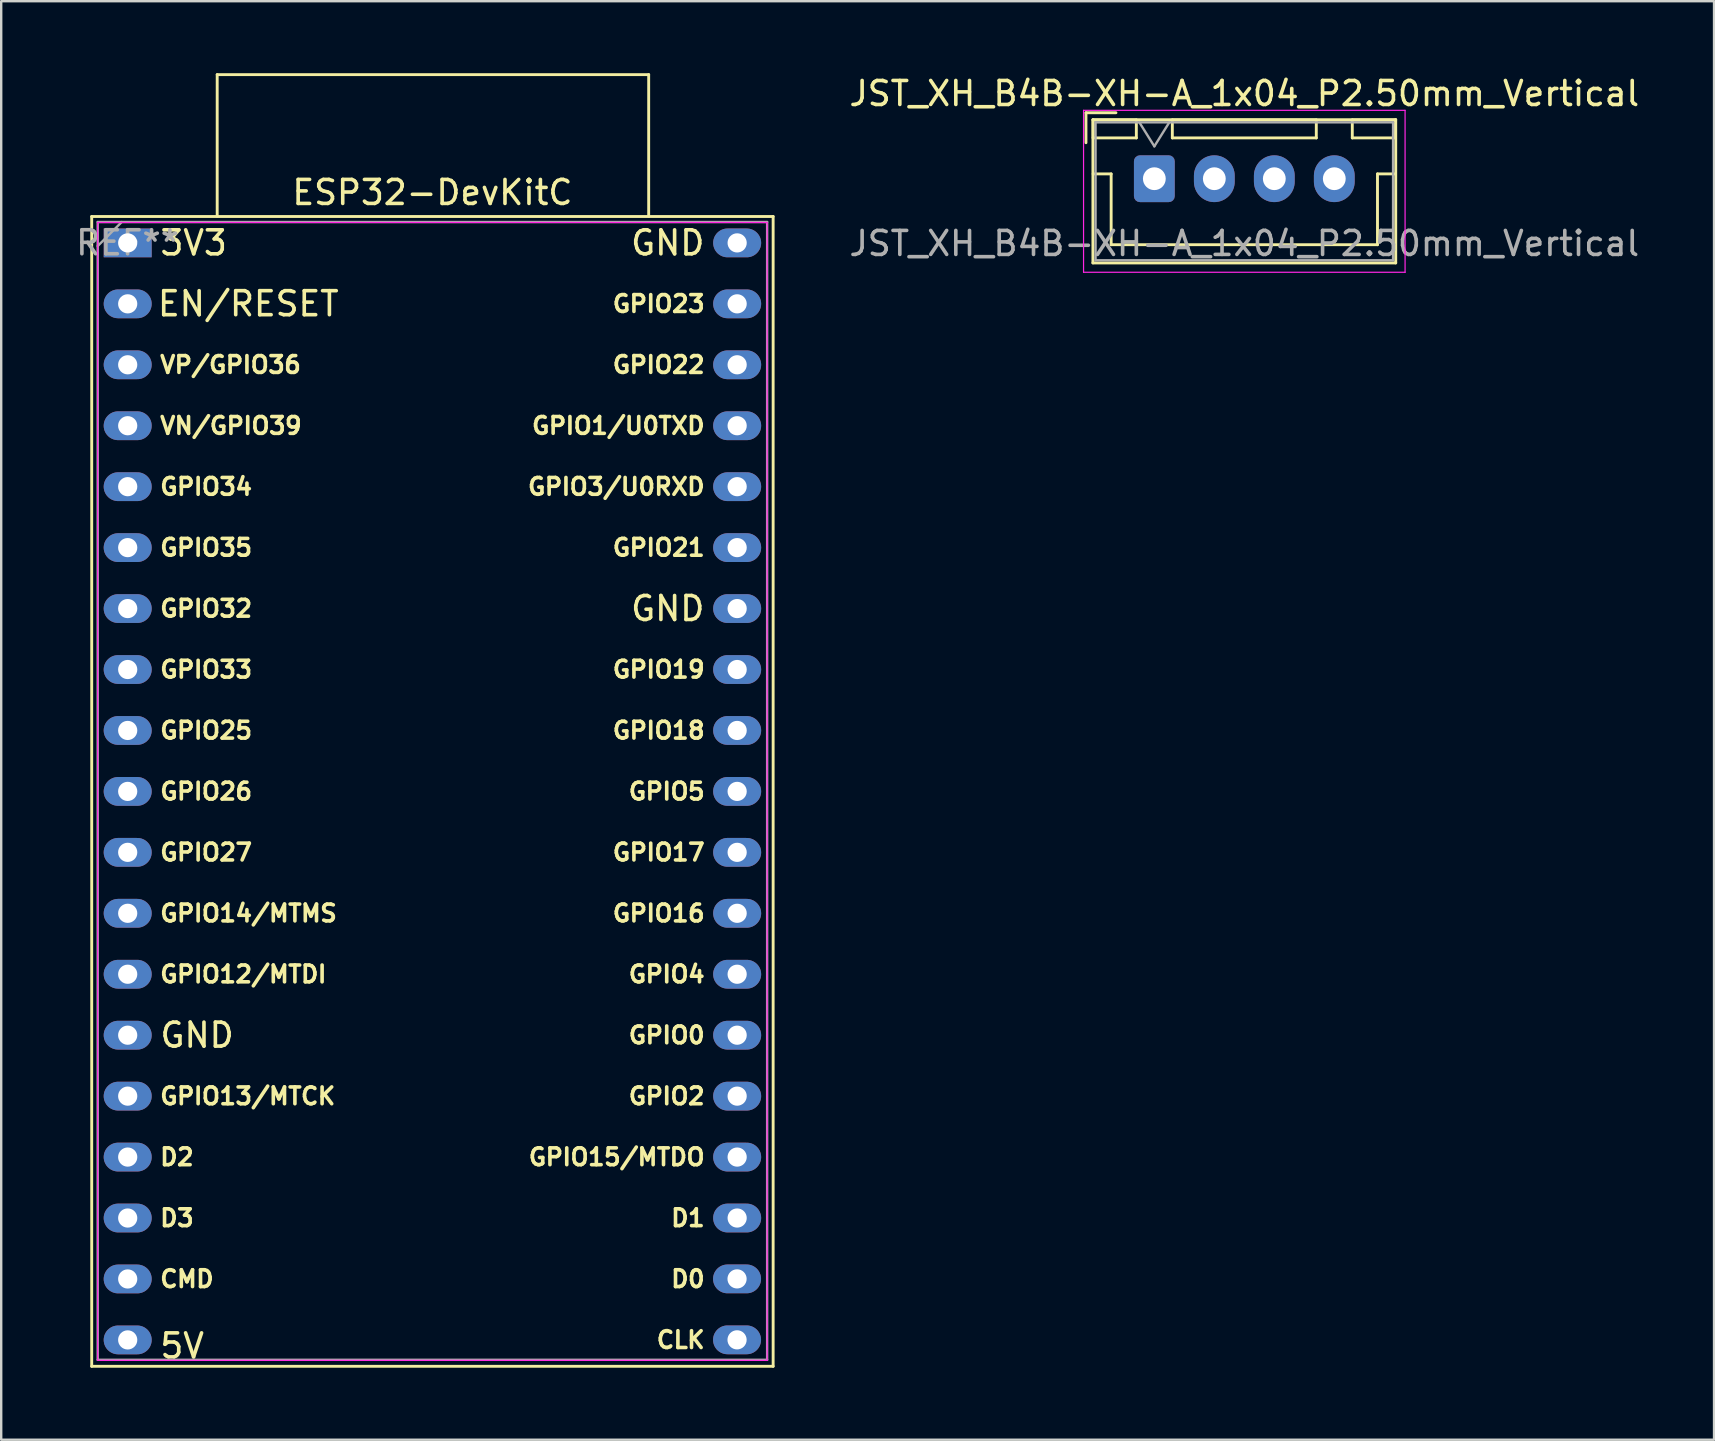
<source format=kicad_pcb>
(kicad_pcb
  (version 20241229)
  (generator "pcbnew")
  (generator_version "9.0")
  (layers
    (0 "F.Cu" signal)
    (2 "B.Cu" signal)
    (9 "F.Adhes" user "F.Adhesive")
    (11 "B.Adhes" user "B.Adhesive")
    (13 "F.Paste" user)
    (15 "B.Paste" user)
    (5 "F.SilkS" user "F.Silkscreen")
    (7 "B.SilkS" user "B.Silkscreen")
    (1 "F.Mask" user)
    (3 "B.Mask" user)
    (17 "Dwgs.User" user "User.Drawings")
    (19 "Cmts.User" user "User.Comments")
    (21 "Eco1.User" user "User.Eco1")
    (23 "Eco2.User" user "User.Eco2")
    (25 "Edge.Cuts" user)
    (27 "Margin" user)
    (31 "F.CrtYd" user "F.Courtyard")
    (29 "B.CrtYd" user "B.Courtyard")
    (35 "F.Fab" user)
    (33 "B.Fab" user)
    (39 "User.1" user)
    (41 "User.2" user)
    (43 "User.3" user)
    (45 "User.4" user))
  (footprint "ESP32-DevKitC"
    (layer "F.Cu")
    (at 2.272 7.073)
    (property "Reference" "ESP32-DevKitC" (at 12.7 -2.1 0) (layer "F.SilkS") (effects (font (size 1 1) (thickness 0.15))))
    (attr through_hole)
    (fp_line (start -1.5 46.82) (end 26.9 46.82) (stroke (width 0.12) (type solid)) (layer "F.SilkS"))
    (fp_line (start -1.5 -1.1) (end -1.5 46.82) (stroke (width 0.12) (type solid)) (layer "F.SilkS"))
    (fp_line (start 3.73 -7.013) (end 21.713 -7.013) (stroke (width 0.12) (type solid)) (layer "F.SilkS"))
    (fp_line (start 3.73 -1.12) (end 3.73 -7.013) (stroke (width 0.12) (type solid)) (layer "F.SilkS"))
    (fp_line (start 21.713 -7.013) (end 21.713 -1.12) (stroke (width 0.12) (type solid)) (layer "F.SilkS"))
    (fp_line (start 26.9 46.82) (end 26.9 -1.1) (stroke (width 0.12) (type solid)) (layer "F.SilkS"))
    (fp_line (start 26.9 -1.1) (end -1.5 -1.1) (stroke (width 0.12) (type solid)) (layer "F.SilkS"))
    (fp_line (start -1.25 -0.85) (end 26.65 -0.85) (stroke (width 0.05) (type solid)) (layer "F.CrtYd"))
    (fp_line (start -1.25 46.57) (end -1.25 -0.85) (stroke (width 0.05) (type solid)) (layer "F.CrtYd"))
    (fp_line (start 26.65 -0.85) (end 26.65 46.57) (stroke (width 0.05) (type solid)) (layer "F.CrtYd"))
    (fp_line (start 26.65 46.57) (end -1.25 46.57) (stroke (width 0.05) (type solid)) (layer "F.CrtYd"))
    (fp_line (start -1.25 -0.87) (end 26.65 -0.87) (stroke (width 0.1) (type solid)) (layer "F.Fab"))
    (fp_line (start -1.25 46.55) (end -1.25 -0.87) (stroke (width 0.1) (type solid)) (layer "F.Fab"))
    (fp_line (start -0.25 -0.87) (end -1.25 0.13) (stroke (width 0.1) (type solid)) (layer "F.Fab"))
    (fp_line (start 26.65 -0.87) (end 26.65 46.55) (stroke (width 0.1) (type solid)) (layer "F.Fab"))
    (fp_line (start 26.65 46.55) (end -1.25 46.55) (stroke (width 0.1) (type solid)) (layer "F.Fab"))
    (fp_text user "GPIO32" (at 1.27 15.24 0) (unlocked yes) (layer "F.SilkS") (effects (font (size 0.7 0.7) (thickness 0.15)) (justify left)))
    (fp_text user "GPIO21" (at 24.13 12.7 0) (unlocked yes) (layer "F.SilkS") (effects (font (size 0.7 0.7) (thickness 0.15)) (justify right)))
    (fp_text user "GPIO23" (at 24.13 2.54 0) (unlocked yes) (layer "F.SilkS") (effects (font (size 0.7 0.7) (thickness 0.15)) (justify right)))
    (fp_text user "3V3" (at 1.27 0 0) (unlocked yes) (layer "F.SilkS") (effects (font (size 1 1) (thickness 0.15)) (justify left)))
    (fp_text user "GPIO15/MTDO" (at 24.13 38.1 0) (unlocked yes) (layer "F.SilkS") (effects (font (size 0.7 0.7) (thickness 0.15)) (justify right)))
    (fp_text user "GPIO22" (at 24.13 5.08 0) (unlocked yes) (layer "F.SilkS") (effects (font (size 0.7 0.7) (thickness 0.15)) (justify right)))
    (fp_text user "5V" (at 1.266 45.971 0) (unlocked yes) (layer "F.SilkS") (effects (font (size 1 1) (thickness 0.15)) (justify left)))
    (fp_text user "GPIO14/MTMS" (at 1.27 27.94 0) (unlocked yes) (layer "F.SilkS") (effects (font (size 0.7 0.7) (thickness 0.15)) (justify left)))
    (fp_text user "GPIO25" (at 1.27 20.32 0) (unlocked yes) (layer "F.SilkS") (effects (font (size 0.7 0.7) (thickness 0.15)) (justify left)))
    (fp_text user "EN/RESET" (at 8.886 2.537 0) (unlocked yes) (layer "F.SilkS") (effects (font (size 1 1) (thickness 0.15)) (justify right)))
    (fp_text user "GND" (at 1.27 33.02 0) (unlocked yes) (layer "F.SilkS") (effects (font (size 1 1) (thickness 0.15)) (justify left)))
    (fp_text user "D3" (at 1.27 40.64 0) (unlocked yes) (layer "F.SilkS") (effects (font (size 0.7 0.7) (thickness 0.15)) (justify left)))
    (fp_text user "GPIO33" (at 1.27 17.78 0) (unlocked yes) (layer "F.SilkS") (effects (font (size 0.7 0.7) (thickness 0.15)) (justify left)))
    (fp_text user "GPIO13/MTCK" (at 1.27 35.56 0) (unlocked yes) (layer "F.SilkS") (effects (font (size 0.7 0.7) (thickness 0.15)) (justify left)))
    (fp_text user "CMD" (at 1.27 43.18 0) (unlocked yes) (layer "F.SilkS") (effects (font (size 0.7 0.7) (thickness 0.15)) (justify left)))
    (fp_text user "GPIO17" (at 24.13 25.4 0) (unlocked yes) (layer "F.SilkS") (effects (font (size 0.7 0.7) (thickness 0.15)) (justify right)))
    (fp_text user "CLK" (at 24.13 45.72 0) (unlocked yes) (layer "F.SilkS") (effects (font (size 0.7 0.7) (thickness 0.15)) (justify right)))
    (fp_text user "VP/GPIO36" (at 1.27 5.08 0) (unlocked yes) (layer "F.SilkS") (effects (font (size 0.7 0.7) (thickness 0.15)) (justify left)))
    (fp_text user "GPIO18" (at 24.13 20.32 0) (unlocked yes) (layer "F.SilkS") (effects (font (size 0.7 0.7) (thickness 0.15)) (justify right)))
    (fp_text user "GPIO16" (at 24.13 27.94 0) (unlocked yes) (layer "F.SilkS") (effects (font (size 0.7 0.7) (thickness 0.15)) (justify right)))
    (fp_text user "GPIO27" (at 1.27 25.4 0) (unlocked yes) (layer "F.SilkS") (effects (font (size 0.7 0.7) (thickness 0.15)) (justify left)))
    (fp_text user "GPIO3/U0RXD" (at 24.13 10.16 0) (unlocked yes) (layer "F.SilkS") (effects (font (size 0.7 0.7) (thickness 0.15)) (justify right)))
    (fp_text user "GND" (at 24.13 0 0) (unlocked yes) (layer "F.SilkS") (effects (font (size 1 1) (thickness 0.15)) (justify right)))
    (fp_text user "GPIO5" (at 24.13 22.86 0) (unlocked yes) (layer "F.SilkS") (effects (font (size 0.7 0.7) (thickness 0.15)) (justify right)))
    (fp_text user "GPIO1/U0TXD" (at 24.13 7.62 0) (unlocked yes) (layer "F.SilkS") (effects (font (size 0.7 0.7) (thickness 0.15)) (justify right)))
    (fp_text user "VN/GPIO39" (at 1.27 7.62 0) (unlocked yes) (layer "F.SilkS") (effects (font (size 0.7 0.7) (thickness 0.15)) (justify left)))
    (fp_text user "GPIO19" (at 24.13 17.78 0) (unlocked yes) (layer "F.SilkS") (effects (font (size 0.7 0.7) (thickness 0.15)) (justify right)))
    (fp_text user "GPIO34" (at 1.27 10.16 0) (unlocked yes) (layer "F.SilkS") (effects (font (size 0.7 0.7) (thickness 0.15)) (justify left)))
    (fp_text user "GPIO12/MTDI" (at 1.27 30.48 0) (unlocked yes) (layer "F.SilkS") (effects (font (size 0.7 0.7) (thickness 0.15)) (justify left)))
    (fp_text user "GPIO35" (at 1.27 12.7 0) (unlocked yes) (layer "F.SilkS") (effects (font (size 0.7 0.7) (thickness 0.15)) (justify left)))
    (fp_text user "GPIO26" (at 1.27 22.86 0) (unlocked yes) (layer "F.SilkS") (effects (font (size 0.7 0.7) (thickness 0.15)) (justify left)))
    (fp_text user "GND" (at 24.13 15.24 0) (unlocked yes) (layer "F.SilkS") (effects (font (size 1 1) (thickness 0.15)) (justify right)))
    (fp_text user "GPIO2" (at 24.13 35.56 0) (unlocked yes) (layer "F.SilkS") (effects (font (size 0.7 0.7) (thickness 0.15)) (justify right)))
    (fp_text user "D0" (at 24.13 43.18 0) (unlocked yes) (layer "F.SilkS") (effects (font (size 0.7 0.7) (thickness 0.15)) (justify right)))
    (fp_text user "GPIO0" (at 24.13 33.02 0) (unlocked yes) (layer "F.SilkS") (effects (font (size 0.7 0.7) (thickness 0.15)) (justify right)))
    (fp_text user "D2" (at 1.27 38.1 0) (unlocked yes) (layer "F.SilkS") (effects (font (size 0.7 0.7) (thickness 0.15)) (justify left)))
    (fp_text user "D1" (at 24.13 40.64 0) (unlocked yes) (layer "F.SilkS") (effects (font (size 0.7 0.7) (thickness 0.15)) (justify right)))
    (fp_text user "GPIO4" (at 24.13 30.48 0) (unlocked yes) (layer "F.SilkS") (effects (font (size 0.7 0.7) (thickness 0.15)) (justify right)))
    (fp_text user "REF**" (at -0.004 -0.003 0) (layer "F.Fab") (effects (font (size 1 1) (thickness 0.15))))
    (pad "1" thru_hole rect (at 0 0 270) (size 1.2 2) (drill 0.8) (layers "*.Cu" "*.Mask"))
    (pad "2" thru_hole oval (at 0 2.54 270) (size 1.2 2) (drill 0.8) (layers "*.Cu" "*.Mask"))
    (pad "3" thru_hole oval (at 0 5.08 270) (size 1.2 2) (drill 0.8) (layers "*.Cu" "*.Mask"))
    (pad "4" thru_hole oval (at 0 7.62 270) (size 1.2 2) (drill 0.8) (layers "*.Cu" "*.Mask"))
    (pad "5" thru_hole oval (at 0 10.16 270) (size 1.2 2) (drill 0.8) (layers "*.Cu" "*.Mask"))
    (pad "6" thru_hole oval (at 0 12.7 270) (size 1.2 2) (drill 0.8) (layers "*.Cu" "*.Mask"))
    (pad "7" thru_hole oval (at 0 15.24 270) (size 1.2 2) (drill 0.8) (layers "*.Cu" "*.Mask"))
    (pad "8" thru_hole oval (at 0 17.78 270) (size 1.2 2) (drill 0.8) (layers "*.Cu" "*.Mask"))
    (pad "9" thru_hole oval (at 0 20.32 270) (size 1.2 2) (drill 0.8) (layers "*.Cu" "*.Mask"))
    (pad "10" thru_hole oval (at 0 22.86 270) (size 1.2 2) (drill 0.8) (layers "*.Cu" "*.Mask"))
    (pad "11" thru_hole oval (at 0 25.4 270) (size 1.2 2) (drill 0.8) (layers "*.Cu" "*.Mask"))
    (pad "12" thru_hole oval (at 0 27.94 270) (size 1.2 2) (drill 0.8) (layers "*.Cu" "*.Mask"))
    (pad "13" thru_hole oval (at 0 30.48 270) (size 1.2 2) (drill 0.8) (layers "*.Cu" "*.Mask"))
    (pad "14" thru_hole oval (at 0 33.02 270) (size 1.2 2) (drill 0.8) (layers "*.Cu" "*.Mask"))
    (pad "15" thru_hole oval (at 0 35.56 270) (size 1.2 2) (drill 0.8) (layers "*.Cu" "*.Mask"))
    (pad "16" thru_hole oval (at 0 38.1 270) (size 1.2 2) (drill 0.8) (layers "*.Cu" "*.Mask"))
    (pad "17" thru_hole oval (at 0 40.64 270) (size 1.2 2) (drill 0.8) (layers "*.Cu" "*.Mask"))
    (pad "18" thru_hole oval (at 0 43.18 270) (size 1.2 2) (drill 0.8) (layers "*.Cu" "*.Mask"))
    (pad "19" thru_hole oval (at 0 45.72 270) (size 1.2 2) (drill 0.8) (layers "*.Cu" "*.Mask"))
    (pad "20" thru_hole oval (at 25.396 45.717 270) (size 1.2 2) (drill 0.8) (layers "*.Cu" "*.Mask"))
    (pad "21" thru_hole oval (at 25.396 43.177 270) (size 1.2 2) (drill 0.8) (layers "*.Cu" "*.Mask"))
    (pad "22" thru_hole oval (at 25.4 40.64 270) (size 1.2 2) (drill 0.8) (layers "*.Cu" "*.Mask"))
    (pad "23" thru_hole oval (at 25.4 38.1 270) (size 1.2 2) (drill 0.8) (layers "*.Cu" "*.Mask"))
    (pad "24" thru_hole oval (at 25.4 35.56 270) (size 1.2 2) (drill 0.8) (layers "*.Cu" "*.Mask"))
    (pad "25" thru_hole oval (at 25.4 33.02 270) (size 1.2 2) (drill 0.8) (layers "*.Cu" "*.Mask"))
    (pad "26" thru_hole oval (at 25.4 30.48 270) (size 1.2 2) (drill 0.8) (layers "*.Cu" "*.Mask"))
    (pad "27" thru_hole oval (at 25.4 27.94 270) (size 1.2 2) (drill 0.8) (layers "*.Cu" "*.Mask"))
    (pad "28" thru_hole oval (at 25.4 25.4 270) (size 1.2 2) (drill 0.8) (layers "*.Cu" "*.Mask"))
    (pad "29" thru_hole oval (at 25.4 22.86 270) (size 1.2 2) (drill 0.8) (layers "*.Cu" "*.Mask"))
    (pad "30" thru_hole oval (at 25.4 20.32 270) (size 1.2 2) (drill 0.8) (layers "*.Cu" "*.Mask"))
    (pad "31" thru_hole oval (at 25.4 17.78 270) (size 1.2 2) (drill 0.8) (layers "*.Cu" "*.Mask"))
    (pad "32" thru_hole oval (at 25.4 15.24 270) (size 1.2 2) (drill 0.8) (layers "*.Cu" "*.Mask"))
    (pad "33" thru_hole oval (at 25.4 12.7 270) (size 1.2 2) (drill 0.8) (layers "*.Cu" "*.Mask"))
    (pad "34" thru_hole oval (at 25.4 10.16 270) (size 1.2 2) (drill 0.8) (layers "*.Cu" "*.Mask"))
    (pad "35" thru_hole oval (at 25.4 7.62 270) (size 1.2 2) (drill 0.8) (layers "*.Cu" "*.Mask"))
    (pad "36" thru_hole oval (at 25.4 5.08 270) (size 1.2 2) (drill 0.8) (layers "*.Cu" "*.Mask"))
    (pad "37" thru_hole oval (at 25.4 2.54 270) (size 1.2 2) (drill 0.8) (layers "*.Cu" "*.Mask"))
    (pad "38" thru_hole oval (at 25.4 0 270) (size 1.2 2) (drill 0.8) (layers "*.Cu" "*.Mask")))
  (footprint "JST_XH_B4B-XH-A_1x04_P2.50mm_Vertical"
    (layer "F.Cu")
    (at 45.059 4.398)
    (property "Reference" "JST_XH_B4B-XH-A_1x04_P2.50mm_Vertical" (at 3.75 -3.55 0) (layer "F.SilkS") (effects (font (size 1 1) (thickness 0.15))))
    (attr through_hole)
    (fp_line (start -2.85 -2.75) (end -2.85 -1.5) (stroke (width 0.12) (type solid)) (layer "F.SilkS"))
    (fp_line (start -2.56 -2.46) (end -2.56 3.51) (stroke (width 0.12) (type solid)) (layer "F.SilkS"))
    (fp_line (start -2.56 3.51) (end 10.06 3.51) (stroke (width 0.12) (type solid)) (layer "F.SilkS"))
    (fp_line (start -2.55 -2.45) (end -2.55 -1.7) (stroke (width 0.12) (type solid)) (layer "F.SilkS"))
    (fp_line (start -2.55 -1.7) (end -0.75 -1.7) (stroke (width 0.12) (type solid)) (layer "F.SilkS"))
    (fp_line (start -2.55 -0.2) (end -1.8 -0.2) (stroke (width 0.12) (type solid)) (layer "F.SilkS"))
    (fp_line (start -1.8 -0.2) (end -1.8 2.75) (stroke (width 0.12) (type solid)) (layer "F.SilkS"))
    (fp_line (start -1.8 2.75) (end 3.75 2.75) (stroke (width 0.12) (type solid)) (layer "F.SilkS"))
    (fp_line (start -1.6 -2.75) (end -2.85 -2.75) (stroke (width 0.12) (type solid)) (layer "F.SilkS"))
    (fp_line (start -0.75 -2.45) (end -2.55 -2.45) (stroke (width 0.12) (type solid)) (layer "F.SilkS"))
    (fp_line (start -0.75 -1.7) (end -0.75 -2.45) (stroke (width 0.12) (type solid)) (layer "F.SilkS"))
    (fp_line (start 0.75 -2.45) (end 0.75 -1.7) (stroke (width 0.12) (type solid)) (layer "F.SilkS"))
    (fp_line (start 0.75 -1.7) (end 6.75 -1.7) (stroke (width 0.12) (type solid)) (layer "F.SilkS"))
    (fp_line (start 6.75 -2.45) (end 0.75 -2.45) (stroke (width 0.12) (type solid)) (layer "F.SilkS"))
    (fp_line (start 6.75 -1.7) (end 6.75 -2.45) (stroke (width 0.12) (type solid)) (layer "F.SilkS"))
    (fp_line (start 8.25 -2.45) (end 8.25 -1.7) (stroke (width 0.12) (type solid)) (layer "F.SilkS"))
    (fp_line (start 8.25 -1.7) (end 10.05 -1.7) (stroke (width 0.12) (type solid)) (layer "F.SilkS"))
    (fp_line (start 9.3 -0.2) (end 9.3 2.75) (stroke (width 0.12) (type solid)) (layer "F.SilkS"))
    (fp_line (start 9.3 2.75) (end 3.75 2.75) (stroke (width 0.12) (type solid)) (layer "F.SilkS"))
    (fp_line (start 10.05 -2.45) (end 8.25 -2.45) (stroke (width 0.12) (type solid)) (layer "F.SilkS"))
    (fp_line (start 10.05 -1.7) (end 10.05 -2.45) (stroke (width 0.12) (type solid)) (layer "F.SilkS"))
    (fp_line (start 10.05 -0.2) (end 9.3 -0.2) (stroke (width 0.12) (type solid)) (layer "F.SilkS"))
    (fp_line (start 10.06 -2.46) (end -2.56 -2.46) (stroke (width 0.12) (type solid)) (layer "F.SilkS"))
    (fp_line (start 10.06 3.51) (end 10.06 -2.46) (stroke (width 0.12) (type solid)) (layer "F.SilkS"))
    (fp_line (start -2.95 -2.85) (end -2.95 3.9) (stroke (width 0.05) (type solid)) (layer "F.CrtYd"))
    (fp_line (start -2.95 3.9) (end 10.45 3.9) (stroke (width 0.05) (type solid)) (layer "F.CrtYd"))
    (fp_line (start 10.45 -2.85) (end -2.95 -2.85) (stroke (width 0.05) (type solid)) (layer "F.CrtYd"))
    (fp_line (start 10.45 3.9) (end 10.45 -2.85) (stroke (width 0.05) (type solid)) (layer "F.CrtYd"))
    (fp_line (start -2.45 -2.35) (end -2.45 3.4) (stroke (width 0.1) (type solid)) (layer "F.Fab"))
    (fp_line (start -2.45 3.4) (end 9.95 3.4) (stroke (width 0.1) (type solid)) (layer "F.Fab"))
    (fp_line (start -0.625 -2.35) (end 0 -1.35) (stroke (width 0.1) (type solid)) (layer "F.Fab"))
    (fp_line (start 0 -1.35) (end 0.625 -2.35) (stroke (width 0.1) (type solid)) (layer "F.Fab"))
    (fp_line (start 9.95 -2.35) (end -2.45 -2.35) (stroke (width 0.1) (type solid)) (layer "F.Fab"))
    (fp_line (start 9.95 3.4) (end 9.95 -2.35) (stroke (width 0.1) (type solid)) (layer "F.Fab"))
    (fp_text user "${REFERENCE}" (at 3.75 2.7 0) (layer "F.Fab") (effects (font (size 1 1) (thickness 0.15))))
    (pad "1" thru_hole roundrect (at 0 0) (size 1.7 1.95) (drill 0.95) (layers "*.Cu" "*.Mask") (roundrect_rratio 0.147))
    (pad "2" thru_hole oval (at 2.5 0) (size 1.7 1.95) (drill 0.95) (layers "*.Cu" "*.Mask"))
    (pad "3" thru_hole oval (at 5 0) (size 1.7 1.95) (drill 0.95) (layers "*.Cu" "*.Mask"))
    (pad "4" thru_hole oval (at 7.5 0) (size 1.7 1.95) (drill 0.95) (layers "*.Cu" "*.Mask")))
  (gr_rect
    (start -3 -3)
    (end 68.386 56.953)
    (stroke (width 0.1) (type default))
    (fill no)
    (layer "Edge.Cuts")))
</source>
